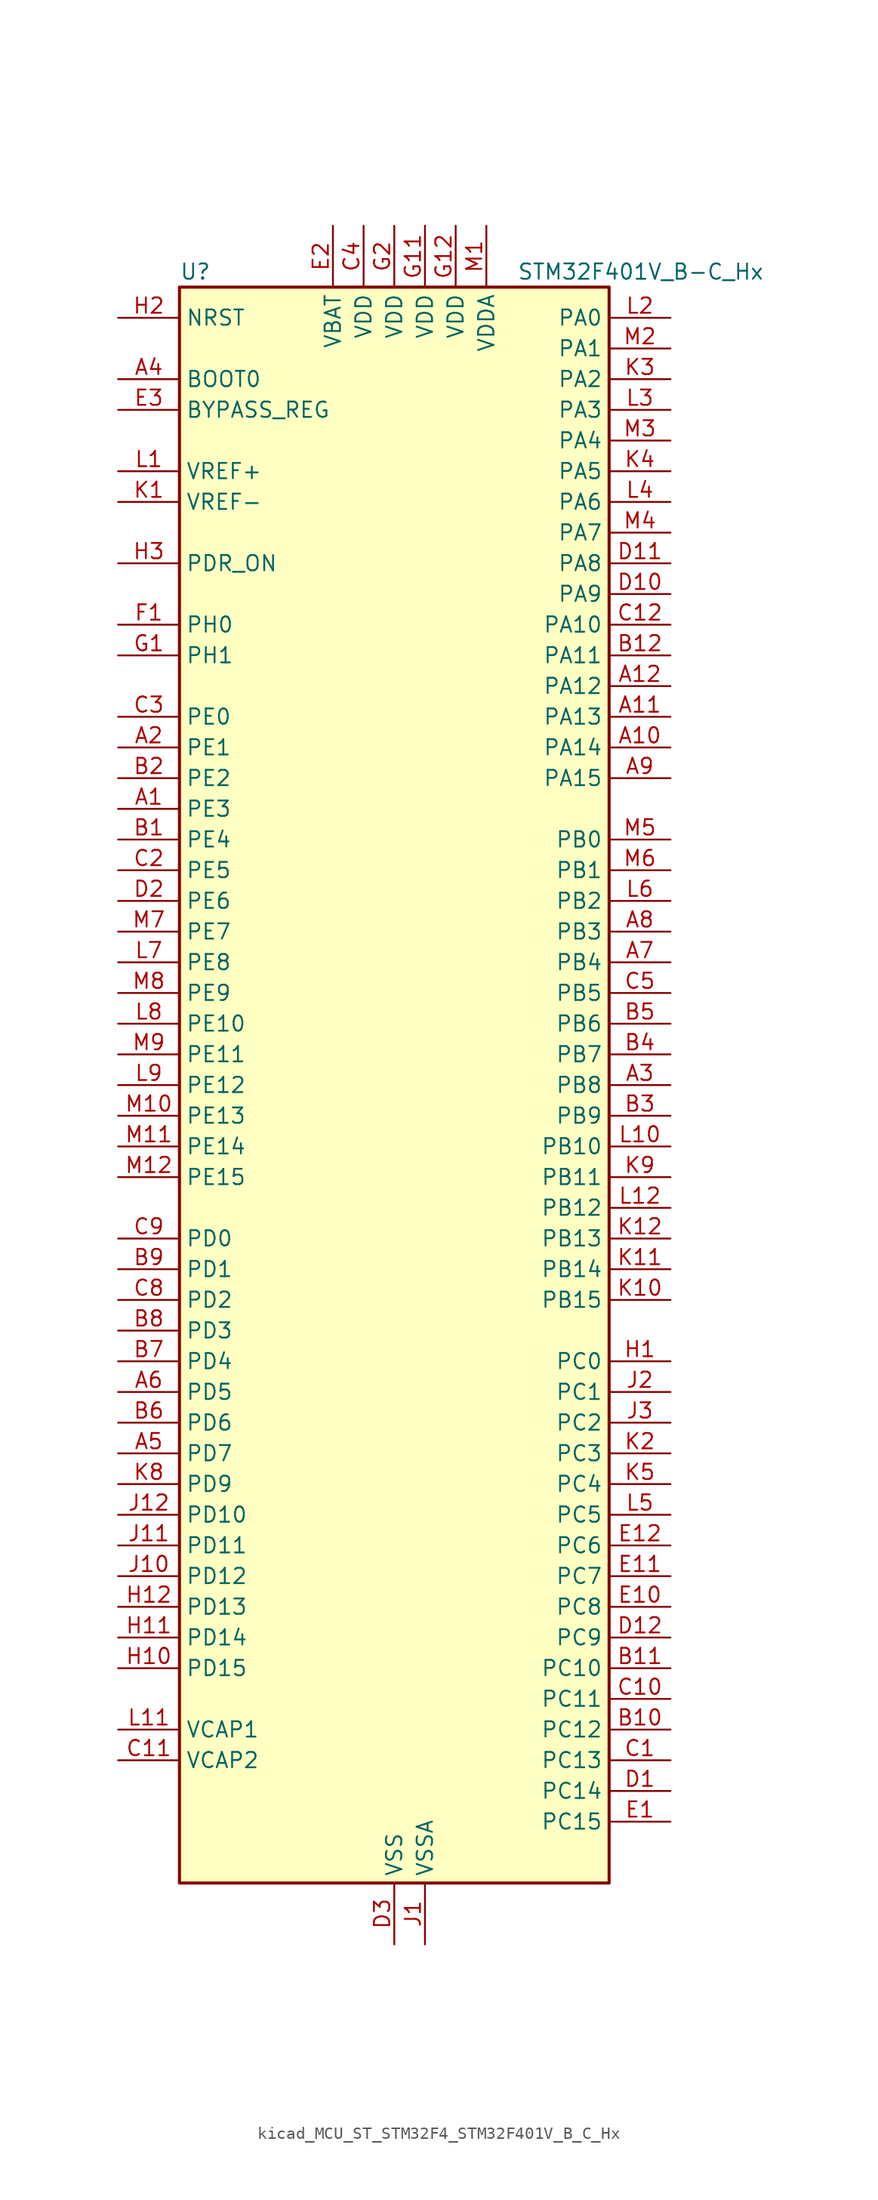
<source format=kicad_sym>
(kicad_symbol_lib
  (version 20220914)
  (generator kicad_symbol_editor)
  (symbol "kicad_MCU_ST_STM32F4_STM32F401V_B_C_Hx"
    (property "Reference" "U"
      (at -17.78 67.31 0)
      (effects (font (size 1.27 1.27)) (justify left)))
    (property "Value" "STM32F401V_B-C_Hx"
      (at 10.16 67.31 0)
      (effects (font (size 1.27 1.27)) (justify left)))
    (property "ki_locked" ""
      (at 0 0 0)
      (effects (font (size 1.27 1.27))))
    (symbol "kicad_MCU_ST_STM32F4_STM32F401V_B_C_Hx_0_1"
      (rectangle (start -17.78 -66.04) (end 17.78 66.04) (stroke (width 0.254) (type default)) (fill (type background))))
    (symbol "kicad_MCU_ST_STM32F4_STM32F401V_B_C_Hx_1_1"
      (pin bidirectional line (at -22.86 22.86 0) (length 5.08) (name "PE3" (effects (font (size 1.27 1.27)))) (number "A1" (effects (font (size 1.27 1.27)))) (alternate "SYS_TRACED0" bidirectional line))
      (pin bidirectional line (at 22.86 27.94 180) (length 5.08) (name "PA14" (effects (font (size 1.27 1.27)))) (number "A10" (effects (font (size 1.27 1.27)))) (alternate "SYS_JTCK-SWCLK" bidirectional line))
      (pin bidirectional line (at 22.86 30.48 180) (length 5.08) (name "PA13" (effects (font (size 1.27 1.27)))) (number "A11" (effects (font (size 1.27 1.27)))) (alternate "SYS_JTMS-SWDIO" bidirectional line))
      (pin bidirectional line (at 22.86 33.02 180) (length 5.08) (name "PA12" (effects (font (size 1.27 1.27)))) (number "A12" (effects (font (size 1.27 1.27)))) (alternate "TIM1_ETR" bidirectional line) (alternate "USART1_RTS" bidirectional line) (alternate "USART6_RX" bidirectional line) (alternate "USB_OTG_FS_DP" bidirectional line))
      (pin bidirectional line (at -22.86 27.94 0) (length 5.08) (name "PE1" (effects (font (size 1.27 1.27)))) (number "A2" (effects (font (size 1.27 1.27)))))
      (pin bidirectional line (at 22.86 0 180) (length 5.08) (name "PB8" (effects (font (size 1.27 1.27)))) (number "A3" (effects (font (size 1.27 1.27)))) (alternate "I2C1_SCL" bidirectional line) (alternate "SDIO_D4" bidirectional line) (alternate "TIM10_CH1" bidirectional line) (alternate "TIM4_CH3" bidirectional line))
      (pin input line (at -22.86 58.42 0) (length 5.08) (name "BOOT0" (effects (font (size 1.27 1.27)))) (number "A4" (effects (font (size 1.27 1.27)))))
      (pin bidirectional line (at -22.86 -30.48 0) (length 5.08) (name "PD7" (effects (font (size 1.27 1.27)))) (number "A5" (effects (font (size 1.27 1.27)))) (alternate "USART2_CK" bidirectional line))
      (pin bidirectional line (at -22.86 -25.4 0) (length 5.08) (name "PD5" (effects (font (size 1.27 1.27)))) (number "A6" (effects (font (size 1.27 1.27)))) (alternate "USART2_TX" bidirectional line))
      (pin bidirectional line (at 22.86 10.16 180) (length 5.08) (name "PB4" (effects (font (size 1.27 1.27)))) (number "A7" (effects (font (size 1.27 1.27)))) (alternate "I2C3_SDA" bidirectional line) (alternate "I2S3_ext_SD" bidirectional line) (alternate "SPI1_MISO" bidirectional line) (alternate "SPI3_MISO" bidirectional line) (alternate "SYS_JTRST" bidirectional line) (alternate "TIM3_CH1" bidirectional line))
      (pin bidirectional line (at 22.86 12.7 180) (length 5.08) (name "PB3" (effects (font (size 1.27 1.27)))) (number "A8" (effects (font (size 1.27 1.27)))) (alternate "I2C2_SDA" bidirectional line) (alternate "I2S3_CK" bidirectional line) (alternate "SPI1_SCK" bidirectional line) (alternate "SPI3_SCK" bidirectional line) (alternate "SYS_JTDO-SWO" bidirectional line) (alternate "TIM2_CH2" bidirectional line))
      (pin bidirectional line (at 22.86 25.4 180) (length 5.08) (name "PA15" (effects (font (size 1.27 1.27)))) (number "A9" (effects (font (size 1.27 1.27)))) (alternate "ADC1_EXTI15" bidirectional line) (alternate "I2S3_WS" bidirectional line) (alternate "SPI1_NSS" bidirectional line) (alternate "SPI3_NSS" bidirectional line) (alternate "SYS_JTDI" bidirectional line) (alternate "TIM2_CH1" bidirectional line) (alternate "TIM2_ETR" bidirectional line))
      (pin bidirectional line (at -22.86 20.32 0) (length 5.08) (name "PE4" (effects (font (size 1.27 1.27)))) (number "B1" (effects (font (size 1.27 1.27)))) (alternate "SPI4_NSS" bidirectional line) (alternate "SYS_TRACED1" bidirectional line))
      (pin bidirectional line (at 22.86 -53.34 180) (length 5.08) (name "PC12" (effects (font (size 1.27 1.27)))) (number "B10" (effects (font (size 1.27 1.27)))) (alternate "I2S3_SD" bidirectional line) (alternate "SDIO_CK" bidirectional line) (alternate "SPI3_MOSI" bidirectional line))
      (pin bidirectional line (at 22.86 -48.26 180) (length 5.08) (name "PC10" (effects (font (size 1.27 1.27)))) (number "B11" (effects (font (size 1.27 1.27)))) (alternate "I2S3_CK" bidirectional line) (alternate "SDIO_D2" bidirectional line) (alternate "SPI3_SCK" bidirectional line))
      (pin bidirectional line (at 22.86 35.56 180) (length 5.08) (name "PA11" (effects (font (size 1.27 1.27)))) (number "B12" (effects (font (size 1.27 1.27)))) (alternate "ADC1_EXTI11" bidirectional line) (alternate "TIM1_CH4" bidirectional line) (alternate "USART1_CTS" bidirectional line) (alternate "USART6_TX" bidirectional line) (alternate "USB_OTG_FS_DM" bidirectional line))
      (pin bidirectional line (at -22.86 25.4 0) (length 5.08) (name "PE2" (effects (font (size 1.27 1.27)))) (number "B2" (effects (font (size 1.27 1.27)))) (alternate "SPI4_SCK" bidirectional line) (alternate "SYS_TRACECLK" bidirectional line))
      (pin bidirectional line (at 22.86 -2.54 180) (length 5.08) (name "PB9" (effects (font (size 1.27 1.27)))) (number "B3" (effects (font (size 1.27 1.27)))) (alternate "I2C1_SDA" bidirectional line) (alternate "I2S2_WS" bidirectional line) (alternate "SDIO_D5" bidirectional line) (alternate "SPI2_NSS" bidirectional line) (alternate "TIM11_CH1" bidirectional line) (alternate "TIM4_CH4" bidirectional line))
      (pin bidirectional line (at 22.86 2.54 180) (length 5.08) (name "PB7" (effects (font (size 1.27 1.27)))) (number "B4" (effects (font (size 1.27 1.27)))) (alternate "I2C1_SDA" bidirectional line) (alternate "TIM4_CH2" bidirectional line) (alternate "USART1_RX" bidirectional line))
      (pin bidirectional line (at 22.86 5.08 180) (length 5.08) (name "PB6" (effects (font (size 1.27 1.27)))) (number "B5" (effects (font (size 1.27 1.27)))) (alternate "I2C1_SCL" bidirectional line) (alternate "TIM4_CH1" bidirectional line) (alternate "USART1_TX" bidirectional line))
      (pin bidirectional line (at -22.86 -27.94 0) (length 5.08) (name "PD6" (effects (font (size 1.27 1.27)))) (number "B6" (effects (font (size 1.27 1.27)))) (alternate "I2S3_SD" bidirectional line) (alternate "SPI3_MOSI" bidirectional line) (alternate "USART2_RX" bidirectional line))
      (pin bidirectional line (at -22.86 -22.86 0) (length 5.08) (name "PD4" (effects (font (size 1.27 1.27)))) (number "B7" (effects (font (size 1.27 1.27)))) (alternate "USART2_RTS" bidirectional line))
      (pin bidirectional line (at -22.86 -20.32 0) (length 5.08) (name "PD3" (effects (font (size 1.27 1.27)))) (number "B8" (effects (font (size 1.27 1.27)))) (alternate "I2S2_CK" bidirectional line) (alternate "SPI2_SCK" bidirectional line) (alternate "USART2_CTS" bidirectional line))
      (pin bidirectional line (at -22.86 -15.24 0) (length 5.08) (name "PD1" (effects (font (size 1.27 1.27)))) (number "B9" (effects (font (size 1.27 1.27)))))
      (pin bidirectional line (at 22.86 -55.88 180) (length 5.08) (name "PC13" (effects (font (size 1.27 1.27)))) (number "C1" (effects (font (size 1.27 1.27)))) (alternate "RTC_AF1" bidirectional line))
      (pin bidirectional line (at 22.86 -50.8 180) (length 5.08) (name "PC11" (effects (font (size 1.27 1.27)))) (number "C10" (effects (font (size 1.27 1.27)))) (alternate "ADC1_EXTI11" bidirectional line) (alternate "I2S3_ext_SD" bidirectional line) (alternate "SDIO_D3" bidirectional line) (alternate "SPI3_MISO" bidirectional line))
      (pin power_out line (at -22.86 -55.88 0) (length 5.08) (name "VCAP2" (effects (font (size 1.27 1.27)))) (number "C11" (effects (font (size 1.27 1.27)))))
      (pin bidirectional line (at 22.86 38.1 180) (length 5.08) (name "PA10" (effects (font (size 1.27 1.27)))) (number "C12" (effects (font (size 1.27 1.27)))) (alternate "TIM1_CH3" bidirectional line) (alternate "USART1_RX" bidirectional line) (alternate "USB_OTG_FS_ID" bidirectional line))
      (pin bidirectional line (at -22.86 17.78 0) (length 5.08) (name "PE5" (effects (font (size 1.27 1.27)))) (number "C2" (effects (font (size 1.27 1.27)))) (alternate "SPI4_MISO" bidirectional line) (alternate "SYS_TRACED2" bidirectional line) (alternate "TIM9_CH1" bidirectional line))
      (pin bidirectional line (at -22.86 30.48 0) (length 5.08) (name "PE0" (effects (font (size 1.27 1.27)))) (number "C3" (effects (font (size 1.27 1.27)))) (alternate "TIM4_ETR" bidirectional line))
      (pin power_in line (at -2.54 71.12 270) (length 5.08) (name "VDD" (effects (font (size 1.27 1.27)))) (number "C4" (effects (font (size 1.27 1.27)))))
      (pin bidirectional line (at 22.86 7.62 180) (length 5.08) (name "PB5" (effects (font (size 1.27 1.27)))) (number "C5" (effects (font (size 1.27 1.27)))) (alternate "I2C1_SMBA" bidirectional line) (alternate "I2S3_SD" bidirectional line) (alternate "SPI1_MOSI" bidirectional line) (alternate "SPI3_MOSI" bidirectional line) (alternate "TIM3_CH2" bidirectional line))
      (pin bidirectional line (at -22.86 -17.78 0) (length 5.08) (name "PD2" (effects (font (size 1.27 1.27)))) (number "C8" (effects (font (size 1.27 1.27)))) (alternate "SDIO_CMD" bidirectional line) (alternate "TIM3_ETR" bidirectional line))
      (pin bidirectional line (at -22.86 -12.7 0) (length 5.08) (name "PD0" (effects (font (size 1.27 1.27)))) (number "C9" (effects (font (size 1.27 1.27)))))
      (pin bidirectional line (at 22.86 -58.42 180) (length 5.08) (name "PC14" (effects (font (size 1.27 1.27)))) (number "D1" (effects (font (size 1.27 1.27)))) (alternate "RCC_OSC32_IN" bidirectional line))
      (pin bidirectional line (at 22.86 40.64 180) (length 5.08) (name "PA9" (effects (font (size 1.27 1.27)))) (number "D10" (effects (font (size 1.27 1.27)))) (alternate "I2C3_SMBA" bidirectional line) (alternate "TIM1_CH2" bidirectional line) (alternate "USART1_TX" bidirectional line) (alternate "USB_OTG_FS_VBUS" bidirectional line))
      (pin bidirectional line (at 22.86 43.18 180) (length 5.08) (name "PA8" (effects (font (size 1.27 1.27)))) (number "D11" (effects (font (size 1.27 1.27)))) (alternate "I2C3_SCL" bidirectional line) (alternate "RCC_MCO_1" bidirectional line) (alternate "TIM1_CH1" bidirectional line) (alternate "USART1_CK" bidirectional line) (alternate "USB_OTG_FS_SOF" bidirectional line))
      (pin bidirectional line (at 22.86 -45.72 180) (length 5.08) (name "PC9" (effects (font (size 1.27 1.27)))) (number "D12" (effects (font (size 1.27 1.27)))) (alternate "I2C3_SDA" bidirectional line) (alternate "I2S_CKIN" bidirectional line) (alternate "RCC_MCO_2" bidirectional line) (alternate "SDIO_D1" bidirectional line) (alternate "TIM3_CH4" bidirectional line))
      (pin bidirectional line (at -22.86 15.24 0) (length 5.08) (name "PE6" (effects (font (size 1.27 1.27)))) (number "D2" (effects (font (size 1.27 1.27)))) (alternate "SPI4_MOSI" bidirectional line) (alternate "SYS_TRACED3" bidirectional line) (alternate "TIM9_CH2" bidirectional line))
      (pin power_in line (at 0 -71.12 90) (length 5.08) (name "VSS" (effects (font (size 1.27 1.27)))) (number "D3" (effects (font (size 1.27 1.27)))))
      (pin bidirectional line (at 22.86 -60.96 180) (length 5.08) (name "PC15" (effects (font (size 1.27 1.27)))) (number "E1" (effects (font (size 1.27 1.27)))) (alternate "ADC1_EXTI15" bidirectional line) (alternate "RCC_OSC32_OUT" bidirectional line))
      (pin bidirectional line (at 22.86 -43.18 180) (length 5.08) (name "PC8" (effects (font (size 1.27 1.27)))) (number "E10" (effects (font (size 1.27 1.27)))) (alternate "SDIO_D0" bidirectional line) (alternate "TIM3_CH3" bidirectional line) (alternate "USART6_CK" bidirectional line))
      (pin bidirectional line (at 22.86 -40.64 180) (length 5.08) (name "PC7" (effects (font (size 1.27 1.27)))) (number "E11" (effects (font (size 1.27 1.27)))) (alternate "I2S3_MCK" bidirectional line) (alternate "SDIO_D7" bidirectional line) (alternate "TIM3_CH2" bidirectional line) (alternate "USART6_RX" bidirectional line))
      (pin bidirectional line (at 22.86 -38.1 180) (length 5.08) (name "PC6" (effects (font (size 1.27 1.27)))) (number "E12" (effects (font (size 1.27 1.27)))) (alternate "I2S2_MCK" bidirectional line) (alternate "SDIO_D6" bidirectional line) (alternate "TIM3_CH1" bidirectional line) (alternate "USART6_TX" bidirectional line))
      (pin power_in line (at -5.08 71.12 270) (length 5.08) (name "VBAT" (effects (font (size 1.27 1.27)))) (number "E2" (effects (font (size 1.27 1.27)))))
      (pin input line (at -22.86 55.88 0) (length 5.08) (name "BYPASS_REG" (effects (font (size 1.27 1.27)))) (number "E3" (effects (font (size 1.27 1.27)))))
      (pin bidirectional line (at -22.86 38.1 0) (length 5.08) (name "PH0" (effects (font (size 1.27 1.27)))) (number "F1" (effects (font (size 1.27 1.27)))) (alternate "RCC_OSC_IN" bidirectional line))
      (pin passive line (at 0 -71.12 90) (length 5.08) hide (name "VSS" (effects (font (size 1.27 1.27)))) (number "F11" (effects (font (size 1.27 1.27)))))
      (pin passive line (at 0 -71.12 90) (length 5.08) hide (name "VSS" (effects (font (size 1.27 1.27)))) (number "F12" (effects (font (size 1.27 1.27)))))
      (pin passive line (at 0 -71.12 90) (length 5.08) hide (name "VSS" (effects (font (size 1.27 1.27)))) (number "F2" (effects (font (size 1.27 1.27)))))
      (pin bidirectional line (at -22.86 35.56 0) (length 5.08) (name "PH1" (effects (font (size 1.27 1.27)))) (number "G1" (effects (font (size 1.27 1.27)))) (alternate "RCC_OSC_OUT" bidirectional line))
      (pin power_in line (at 2.54 71.12 270) (length 5.08) (name "VDD" (effects (font (size 1.27 1.27)))) (number "G11" (effects (font (size 1.27 1.27)))))
      (pin power_in line (at 5.08 71.12 270) (length 5.08) (name "VDD" (effects (font (size 1.27 1.27)))) (number "G12" (effects (font (size 1.27 1.27)))))
      (pin power_in line (at 0 71.12 270) (length 5.08) (name "VDD" (effects (font (size 1.27 1.27)))) (number "G2" (effects (font (size 1.27 1.27)))))
      (pin bidirectional line (at 22.86 -22.86 180) (length 5.08) (name "PC0" (effects (font (size 1.27 1.27)))) (number "H1" (effects (font (size 1.27 1.27)))) (alternate "ADC1_IN10" bidirectional line))
      (pin bidirectional line (at -22.86 -48.26 0) (length 5.08) (name "PD15" (effects (font (size 1.27 1.27)))) (number "H10" (effects (font (size 1.27 1.27)))) (alternate "ADC1_EXTI15" bidirectional line) (alternate "TIM4_CH4" bidirectional line))
      (pin bidirectional line (at -22.86 -45.72 0) (length 5.08) (name "PD14" (effects (font (size 1.27 1.27)))) (number "H11" (effects (font (size 1.27 1.27)))) (alternate "TIM4_CH3" bidirectional line))
      (pin bidirectional line (at -22.86 -43.18 0) (length 5.08) (name "PD13" (effects (font (size 1.27 1.27)))) (number "H12" (effects (font (size 1.27 1.27)))) (alternate "TIM4_CH2" bidirectional line))
      (pin input line (at -22.86 63.5 0) (length 5.08) (name "NRST" (effects (font (size 1.27 1.27)))) (number "H2" (effects (font (size 1.27 1.27)))))
      (pin input line (at -22.86 43.18 0) (length 5.08) (name "PDR_ON" (effects (font (size 1.27 1.27)))) (number "H3" (effects (font (size 1.27 1.27)))))
      (pin power_in line (at 2.54 -71.12 90) (length 5.08) (name "VSSA" (effects (font (size 1.27 1.27)))) (number "J1" (effects (font (size 1.27 1.27)))))
      (pin bidirectional line (at -22.86 -40.64 0) (length 5.08) (name "PD12" (effects (font (size 1.27 1.27)))) (number "J10" (effects (font (size 1.27 1.27)))) (alternate "TIM4_CH1" bidirectional line))
      (pin bidirectional line (at -22.86 -38.1 0) (length 5.08) (name "PD11" (effects (font (size 1.27 1.27)))) (number "J11" (effects (font (size 1.27 1.27)))) (alternate "ADC1_EXTI11" bidirectional line))
      (pin bidirectional line (at -22.86 -35.56 0) (length 5.08) (name "PD10" (effects (font (size 1.27 1.27)))) (number "J12" (effects (font (size 1.27 1.27)))))
      (pin bidirectional line (at 22.86 -25.4 180) (length 5.08) (name "PC1" (effects (font (size 1.27 1.27)))) (number "J2" (effects (font (size 1.27 1.27)))) (alternate "ADC1_IN11" bidirectional line))
      (pin bidirectional line (at 22.86 -27.94 180) (length 5.08) (name "PC2" (effects (font (size 1.27 1.27)))) (number "J3" (effects (font (size 1.27 1.27)))) (alternate "ADC1_IN12" bidirectional line) (alternate "I2S2_ext_SD" bidirectional line) (alternate "SPI2_MISO" bidirectional line))
      (pin input line (at -22.86 48.26 0) (length 5.08) (name "VREF-" (effects (font (size 1.27 1.27)))) (number "K1" (effects (font (size 1.27 1.27)))))
      (pin bidirectional line (at 22.86 -17.78 180) (length 5.08) (name "PB15" (effects (font (size 1.27 1.27)))) (number "K10" (effects (font (size 1.27 1.27)))) (alternate "ADC1_EXTI15" bidirectional line) (alternate "I2S2_SD" bidirectional line) (alternate "RTC_REFIN" bidirectional line) (alternate "SPI2_MOSI" bidirectional line) (alternate "TIM1_CH3N" bidirectional line))
      (pin bidirectional line (at 22.86 -15.24 180) (length 5.08) (name "PB14" (effects (font (size 1.27 1.27)))) (number "K11" (effects (font (size 1.27 1.27)))) (alternate "I2S2_ext_SD" bidirectional line) (alternate "SPI2_MISO" bidirectional line) (alternate "TIM1_CH2N" bidirectional line))
      (pin bidirectional line (at 22.86 -12.7 180) (length 5.08) (name "PB13" (effects (font (size 1.27 1.27)))) (number "K12" (effects (font (size 1.27 1.27)))) (alternate "I2S2_CK" bidirectional line) (alternate "SPI2_SCK" bidirectional line) (alternate "TIM1_CH1N" bidirectional line))
      (pin bidirectional line (at 22.86 -30.48 180) (length 5.08) (name "PC3" (effects (font (size 1.27 1.27)))) (number "K2" (effects (font (size 1.27 1.27)))) (alternate "ADC1_IN13" bidirectional line) (alternate "I2S2_SD" bidirectional line) (alternate "SPI2_MOSI" bidirectional line))
      (pin bidirectional line (at 22.86 58.42 180) (length 5.08) (name "PA2" (effects (font (size 1.27 1.27)))) (number "K3" (effects (font (size 1.27 1.27)))) (alternate "ADC1_IN2" bidirectional line) (alternate "TIM2_CH3" bidirectional line) (alternate "TIM5_CH3" bidirectional line) (alternate "TIM9_CH1" bidirectional line) (alternate "USART2_TX" bidirectional line))
      (pin bidirectional line (at 22.86 50.8 180) (length 5.08) (name "PA5" (effects (font (size 1.27 1.27)))) (number "K4" (effects (font (size 1.27 1.27)))) (alternate "ADC1_IN5" bidirectional line) (alternate "SPI1_SCK" bidirectional line) (alternate "TIM2_CH1" bidirectional line) (alternate "TIM2_ETR" bidirectional line))
      (pin bidirectional line (at 22.86 -33.02 180) (length 5.08) (name "PC4" (effects (font (size 1.27 1.27)))) (number "K5" (effects (font (size 1.27 1.27)))) (alternate "ADC1_IN14" bidirectional line))
      (pin bidirectional line (at -22.86 -33.02 0) (length 5.08) (name "PD9" (effects (font (size 1.27 1.27)))) (number "K8" (effects (font (size 1.27 1.27)))))
      (pin bidirectional line (at 22.86 -7.62 180) (length 5.08) (name "PB11" (effects (font (size 1.27 1.27)))) (number "K9" (effects (font (size 1.27 1.27)))) (alternate "ADC1_EXTI11" bidirectional line) (alternate "I2C2_SDA" bidirectional line) (alternate "TIM2_CH4" bidirectional line))
      (pin input line (at -22.86 50.8 0) (length 5.08) (name "VREF+" (effects (font (size 1.27 1.27)))) (number "L1" (effects (font (size 1.27 1.27)))))
      (pin bidirectional line (at 22.86 -5.08 180) (length 5.08) (name "PB10" (effects (font (size 1.27 1.27)))) (number "L10" (effects (font (size 1.27 1.27)))) (alternate "I2C2_SCL" bidirectional line) (alternate "I2S2_CK" bidirectional line) (alternate "SPI2_SCK" bidirectional line) (alternate "TIM2_CH3" bidirectional line))
      (pin power_out line (at -22.86 -53.34 0) (length 5.08) (name "VCAP1" (effects (font (size 1.27 1.27)))) (number "L11" (effects (font (size 1.27 1.27)))))
      (pin bidirectional line (at 22.86 -10.16 180) (length 5.08) (name "PB12" (effects (font (size 1.27 1.27)))) (number "L12" (effects (font (size 1.27 1.27)))) (alternate "I2C2_SMBA" bidirectional line) (alternate "I2S2_WS" bidirectional line) (alternate "SPI2_NSS" bidirectional line) (alternate "TIM1_BKIN" bidirectional line))
      (pin bidirectional line (at 22.86 63.5 180) (length 5.08) (name "PA0" (effects (font (size 1.27 1.27)))) (number "L2" (effects (font (size 1.27 1.27)))) (alternate "ADC1_IN0" bidirectional line) (alternate "SYS_WKUP" bidirectional line) (alternate "TIM2_CH1" bidirectional line) (alternate "TIM2_ETR" bidirectional line) (alternate "TIM5_CH1" bidirectional line) (alternate "USART2_CTS" bidirectional line))
      (pin bidirectional line (at 22.86 55.88 180) (length 5.08) (name "PA3" (effects (font (size 1.27 1.27)))) (number "L3" (effects (font (size 1.27 1.27)))) (alternate "ADC1_IN3" bidirectional line) (alternate "TIM2_CH4" bidirectional line) (alternate "TIM5_CH4" bidirectional line) (alternate "TIM9_CH2" bidirectional line) (alternate "USART2_RX" bidirectional line))
      (pin bidirectional line (at 22.86 48.26 180) (length 5.08) (name "PA6" (effects (font (size 1.27 1.27)))) (number "L4" (effects (font (size 1.27 1.27)))) (alternate "ADC1_IN6" bidirectional line) (alternate "SPI1_MISO" bidirectional line) (alternate "TIM1_BKIN" bidirectional line) (alternate "TIM3_CH1" bidirectional line))
      (pin bidirectional line (at 22.86 -35.56 180) (length 5.08) (name "PC5" (effects (font (size 1.27 1.27)))) (number "L5" (effects (font (size 1.27 1.27)))) (alternate "ADC1_IN15" bidirectional line))
      (pin bidirectional line (at 22.86 15.24 180) (length 5.08) (name "PB2" (effects (font (size 1.27 1.27)))) (number "L6" (effects (font (size 1.27 1.27)))))
      (pin bidirectional line (at -22.86 10.16 0) (length 5.08) (name "PE8" (effects (font (size 1.27 1.27)))) (number "L7" (effects (font (size 1.27 1.27)))) (alternate "TIM1_CH1N" bidirectional line))
      (pin bidirectional line (at -22.86 5.08 0) (length 5.08) (name "PE10" (effects (font (size 1.27 1.27)))) (number "L8" (effects (font (size 1.27 1.27)))) (alternate "TIM1_CH2N" bidirectional line))
      (pin bidirectional line (at -22.86 0 0) (length 5.08) (name "PE12" (effects (font (size 1.27 1.27)))) (number "L9" (effects (font (size 1.27 1.27)))) (alternate "SPI4_SCK" bidirectional line) (alternate "TIM1_CH3N" bidirectional line))
      (pin power_in line (at 7.62 71.12 270) (length 5.08) (name "VDDA" (effects (font (size 1.27 1.27)))) (number "M1" (effects (font (size 1.27 1.27)))))
      (pin bidirectional line (at -22.86 -2.54 0) (length 5.08) (name "PE13" (effects (font (size 1.27 1.27)))) (number "M10" (effects (font (size 1.27 1.27)))) (alternate "SPI4_MISO" bidirectional line) (alternate "TIM1_CH3" bidirectional line))
      (pin bidirectional line (at -22.86 -5.08 0) (length 5.08) (name "PE14" (effects (font (size 1.27 1.27)))) (number "M11" (effects (font (size 1.27 1.27)))) (alternate "SPI4_MOSI" bidirectional line) (alternate "TIM1_CH4" bidirectional line))
      (pin bidirectional line (at -22.86 -7.62 0) (length 5.08) (name "PE15" (effects (font (size 1.27 1.27)))) (number "M12" (effects (font (size 1.27 1.27)))) (alternate "ADC1_EXTI15" bidirectional line) (alternate "TIM1_BKIN" bidirectional line))
      (pin bidirectional line (at 22.86 60.96 180) (length 5.08) (name "PA1" (effects (font (size 1.27 1.27)))) (number "M2" (effects (font (size 1.27 1.27)))) (alternate "ADC1_IN1" bidirectional line) (alternate "TIM2_CH2" bidirectional line) (alternate "TIM5_CH2" bidirectional line) (alternate "USART2_RTS" bidirectional line))
      (pin bidirectional line (at 22.86 53.34 180) (length 5.08) (name "PA4" (effects (font (size 1.27 1.27)))) (number "M3" (effects (font (size 1.27 1.27)))) (alternate "ADC1_IN4" bidirectional line) (alternate "I2S3_WS" bidirectional line) (alternate "SPI1_NSS" bidirectional line) (alternate "SPI3_NSS" bidirectional line) (alternate "USART2_CK" bidirectional line))
      (pin bidirectional line (at 22.86 45.72 180) (length 5.08) (name "PA7" (effects (font (size 1.27 1.27)))) (number "M4" (effects (font (size 1.27 1.27)))) (alternate "ADC1_IN7" bidirectional line) (alternate "SPI1_MOSI" bidirectional line) (alternate "TIM1_CH1N" bidirectional line) (alternate "TIM3_CH2" bidirectional line))
      (pin bidirectional line (at 22.86 20.32 180) (length 5.08) (name "PB0" (effects (font (size 1.27 1.27)))) (number "M5" (effects (font (size 1.27 1.27)))) (alternate "ADC1_IN8" bidirectional line) (alternate "TIM1_CH2N" bidirectional line) (alternate "TIM3_CH3" bidirectional line))
      (pin bidirectional line (at 22.86 17.78 180) (length 5.08) (name "PB1" (effects (font (size 1.27 1.27)))) (number "M6" (effects (font (size 1.27 1.27)))) (alternate "ADC1_IN9" bidirectional line) (alternate "TIM1_CH3N" bidirectional line) (alternate "TIM3_CH4" bidirectional line))
      (pin bidirectional line (at -22.86 12.7 0) (length 5.08) (name "PE7" (effects (font (size 1.27 1.27)))) (number "M7" (effects (font (size 1.27 1.27)))) (alternate "TIM1_ETR" bidirectional line))
      (pin bidirectional line (at -22.86 7.62 0) (length 5.08) (name "PE9" (effects (font (size 1.27 1.27)))) (number "M8" (effects (font (size 1.27 1.27)))) (alternate "TIM1_CH1" bidirectional line))
      (pin bidirectional line (at -22.86 2.54 0) (length 5.08) (name "PE11" (effects (font (size 1.27 1.27)))) (number "M9" (effects (font (size 1.27 1.27)))) (alternate "ADC1_EXTI11" bidirectional line) (alternate "SPI4_NSS" bidirectional line) (alternate "TIM1_CH2" bidirectional line)))))
</source>
